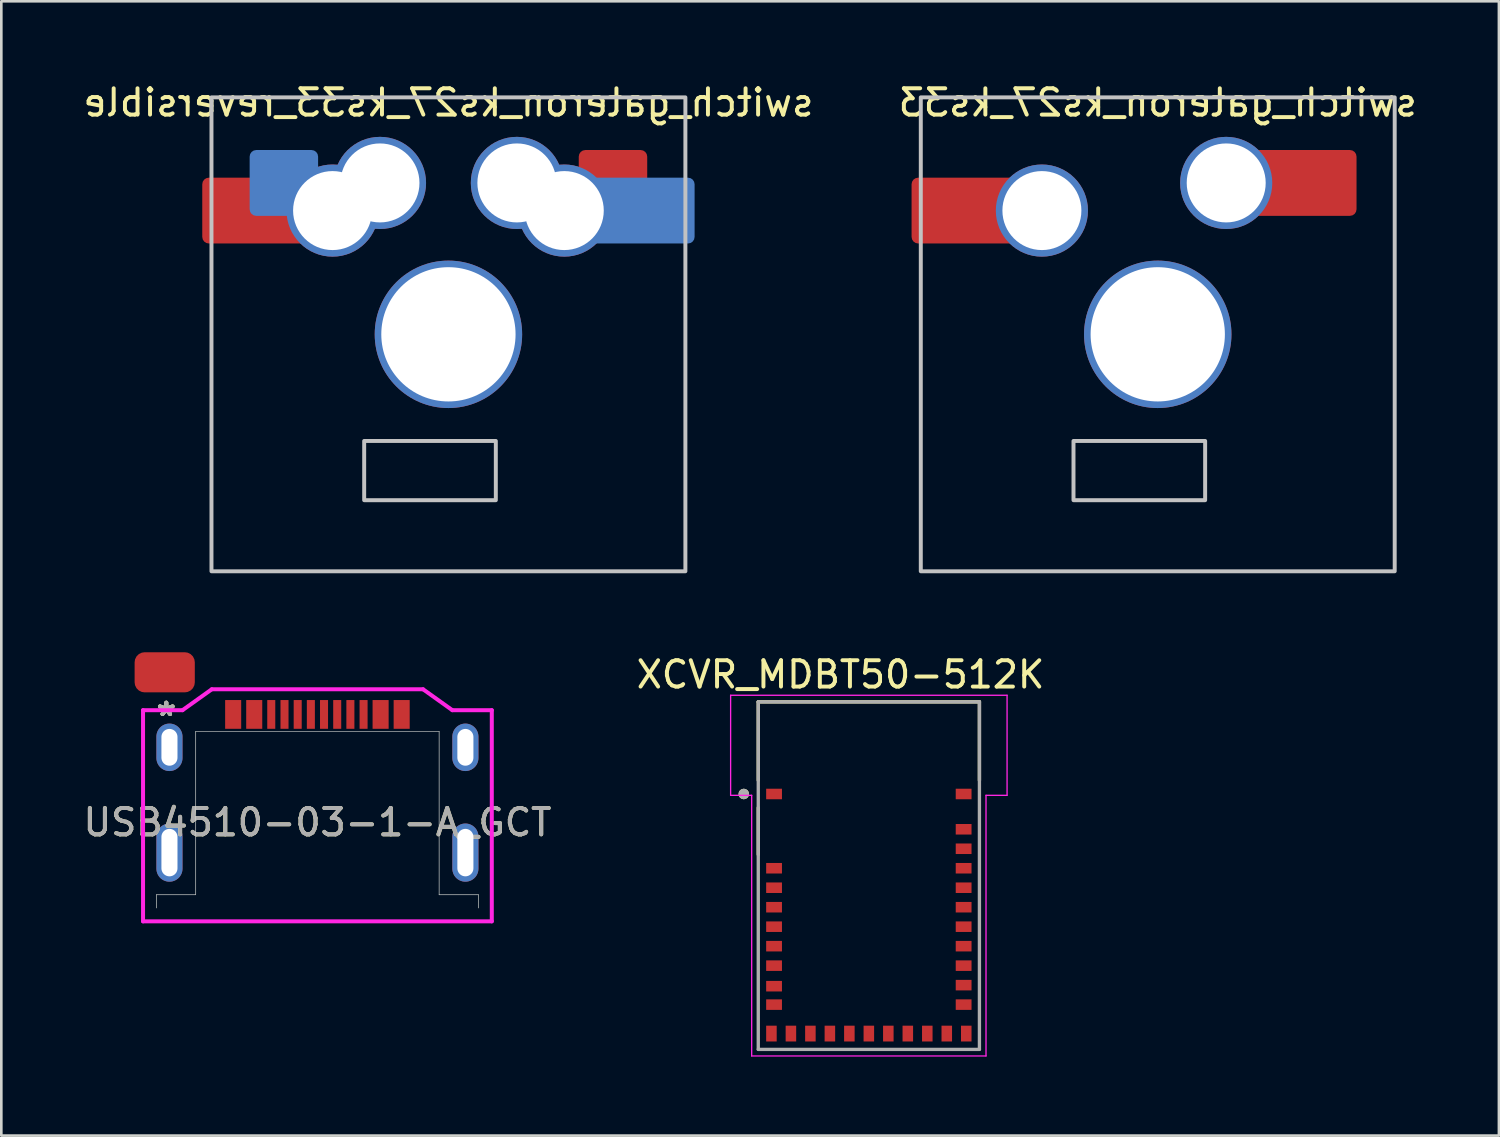
<source format=kicad_pcb>
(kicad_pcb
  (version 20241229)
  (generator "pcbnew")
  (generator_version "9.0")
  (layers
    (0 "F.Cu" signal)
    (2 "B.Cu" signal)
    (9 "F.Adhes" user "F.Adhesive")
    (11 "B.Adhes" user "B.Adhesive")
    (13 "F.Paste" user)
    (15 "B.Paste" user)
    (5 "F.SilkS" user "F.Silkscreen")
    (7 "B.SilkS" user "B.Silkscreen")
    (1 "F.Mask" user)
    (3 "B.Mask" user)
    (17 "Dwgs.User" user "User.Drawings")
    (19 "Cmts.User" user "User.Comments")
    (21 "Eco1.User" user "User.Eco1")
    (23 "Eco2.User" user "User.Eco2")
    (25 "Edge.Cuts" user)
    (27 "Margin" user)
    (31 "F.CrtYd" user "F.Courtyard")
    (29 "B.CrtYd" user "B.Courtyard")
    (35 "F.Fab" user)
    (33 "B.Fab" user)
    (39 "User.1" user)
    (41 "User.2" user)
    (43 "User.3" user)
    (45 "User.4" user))
  (footprint "USB4510-03-1-A_GCT"
    (layer "F.Cu")
    (at 9.006 28.185)
    (property "Reference" "USB4510-03-1-A_GCT" (at 0 0 0) (unlocked yes) (layer "F.SilkS") (effects (font (size 1 1) (thickness 0.15))))
    (attr smd)
    (fp_line (start -6.115 2.748) (end -6.115 3.251) (stroke (width 0.025) (type solid)) (layer "Edge.Cuts"))
    (fp_line (start -4.623 -3.454) (end -4.623 2.748) (stroke (width 0.025) (type solid)) (layer "Edge.Cuts"))
    (fp_line (start -4.623 2.748) (end -6.115 2.748) (stroke (width 0.025) (type solid)) (layer "Edge.Cuts"))
    (fp_line (start 4.623 -3.454) (end -4.623 -3.454) (stroke (width 0.025) (type solid)) (layer "Edge.Cuts"))
    (fp_line (start 4.623 -3.454) (end 4.623 2.748) (stroke (width 0.025) (type solid)) (layer "Edge.Cuts"))
    (fp_line (start 6.115 2.748) (end 4.623 2.748) (stroke (width 0.025) (type solid)) (layer "Edge.Cuts"))
    (fp_line (start 6.115 2.748) (end 6.115 3.251) (stroke (width 0.025) (type solid)) (layer "Edge.Cuts"))
    (fp_line (start -6.623 -4.261) (end -6.623 3.759) (stroke (width 0.152) (type solid)) (layer "F.CrtYd"))
    (fp_line (start -6.623 3.759) (end 6.623 3.759) (stroke (width 0.152) (type solid)) (layer "F.CrtYd"))
    (fp_line (start -5.124 -4.261) (end -6.623 -4.261) (stroke (width 0.152) (type solid)) (layer "F.CrtYd"))
    (fp_line (start -4.013 -5.055) (end -5.124 -4.261) (stroke (width 0.152) (type solid)) (layer "F.CrtYd"))
    (fp_line (start 4.013 -5.055) (end -4.013 -5.055) (stroke (width 0.152) (type solid)) (layer "F.CrtYd"))
    (fp_line (start 5.124 -4.261) (end 4.013 -5.055) (stroke (width 0.152) (type solid)) (layer "F.CrtYd"))
    (fp_line (start 6.623 -4.261) (end 5.124 -4.261) (stroke (width 0.152) (type solid)) (layer "F.CrtYd"))
    (fp_line (start 6.623 3.759) (end 6.623 -4.261) (stroke (width 0.152) (type solid)) (layer "F.CrtYd"))
    (fp_text user "*" (at -5.74 -4 0) (layer "F.SilkS") (effects (font (size 1 1) (thickness 0.15))))
    (fp_text user "*" (at -5.74 -4 0) (unlocked yes) (layer "F.SilkS") (effects (font (size 1 1) (thickness 0.15))))
    (fp_text user "*" (at -5.74 -4 0) (layer "F.Fab") (effects (font (size 1 1) (thickness 0.15))))
    (fp_text user "${REFERENCE}" (at 0 0 0) (unlocked yes) (layer "F.Fab") (effects (font (size 1 1) (thickness 0.15))))
    (fp_text user "*" (at -5.74 -4 0) (unlocked yes) (layer "F.Fab") (effects (font (size 1 1) (thickness 0.15))))
    (pad "1" smd roundrect (at -5.8 -5.7) (size 2.286 1.524) (layers "F.Cu" "F.Mask" "F.Paste") (roundrect_rratio 0.25))
    (pad "A1" smd rect (at -3.2 -4.1) (size 0.61 1.092) (layers "F.Cu" "F.Mask" "F.Paste"))
    (pad "A4" smd rect (at -2.4 -4.1) (size 0.61 1.092) (layers "F.Cu" "F.Mask" "F.Paste"))
    (pad "A5" smd rect (at -1.25 -4.1) (size 0.305 1.092) (layers "F.Cu" "F.Mask" "F.Paste"))
    (pad "A6" smd rect (at -0.249 -4.1) (size 0.305 1.092) (layers "F.Cu" "F.Mask" "F.Paste"))
    (pad "A7" smd rect (at 0.251 -4.1) (size 0.305 1.092) (layers "F.Cu" "F.Mask" "F.Paste"))
    (pad "A8" smd rect (at 1.252 -4.1) (size 0.305 1.092) (layers "F.Cu" "F.Mask" "F.Paste"))
    (pad "B1" smd rect (at 3.2 -4.1) (size 0.61 1.092) (layers "F.Cu" "F.Mask" "F.Paste"))
    (pad "B4" smd rect (at 2.4 -4.1) (size 0.61 1.092) (layers "F.Cu" "F.Mask" "F.Paste"))
    (pad "B5" smd rect (at 1.753 -4.1) (size 0.305 1.092) (layers "F.Cu" "F.Mask" "F.Paste"))
    (pad "B6" smd rect (at 0.752 -4.1) (size 0.305 1.092) (layers "F.Cu" "F.Mask" "F.Paste"))
    (pad "B7" smd rect (at -0.749 -4.1) (size 0.305 1.092) (layers "F.Cu" "F.Mask" "F.Paste"))
    (pad "B8" smd rect (at -1.753 -4.1) (size 0.305 1.092) (layers "F.Cu" "F.Mask" "F.Paste"))
    (pad "S1" thru_hole oval (at -5.62 -2.851) (size 0.991 1.803) (drill oval 0.61 1.397) (layers "*.Cu" "*.Mask"))
    (pad "S1" thru_hole oval (at -5.62 1.148) (size 0.991 2.21) (drill oval 0.61 1.803) (layers "*.Cu" "*.Mask"))
    (pad "S1" thru_hole oval (at 5.62 -2.851) (size 0.991 1.803) (drill oval 0.61 1.397) (layers "*.Cu" "*.Mask"))
    (pad "S1" thru_hole oval (at 5.62 1.148) (size 0.991 2.21) (drill oval 0.61 1.803) (layers "*.Cu" "*.Mask")))
  (footprint "XCVR_MDBT50-512K"
    (layer "F.Cu")
    (at 29.95 30.207)
    (property "Reference" "XCVR_MDBT50-512K" (at -1.075 -7.635 0) (layer "F.SilkS") (effects (font (size 1 1) (thickness 0.15))))
    (attr smd)
    (fp_line (start -4.2 -6.6) (end 4.2 -6.6) (stroke (width 0.127) (type solid)) (layer "F.SilkS"))
    (fp_line (start -4.2 -3.62) (end -4.2 -6.6) (stroke (width 0.127) (type solid)) (layer "F.SilkS"))
    (fp_line (start -4.2 -0.8) (end -4.2 -2.58) (stroke (width 0.127) (type solid)) (layer "F.SilkS"))
    (fp_line (start 4.2 -6.6) (end 4.2 -3.62) (stroke (width 0.127) (type solid)) (layer "F.SilkS"))
    (fp_circle (center -4.75 -3.1) (end -4.65 -3.1) (stroke (width 0.2) (type solid)) (fill no) (layer "F.SilkS"))
    (fp_line (start -5.25 -6.85) (end -5.25 -3.05) (stroke (width 0.05) (type solid)) (layer "F.CrtYd"))
    (fp_line (start -5.25 -3.05) (end -4.45 -3.05) (stroke (width 0.05) (type solid)) (layer "F.CrtYd"))
    (fp_line (start -4.45 -3.05) (end -4.45 6.85) (stroke (width 0.05) (type solid)) (layer "F.CrtYd"))
    (fp_line (start -4.45 6.85) (end 4.45 6.85) (stroke (width 0.05) (type solid)) (layer "F.CrtYd"))
    (fp_line (start 4.45 6.85) (end 4.45 -3.05) (stroke (width 0.05) (type solid)) (layer "F.CrtYd"))
    (fp_line (start 5.25 -6.85) (end -5.25 -6.85) (stroke (width 0.05) (type solid)) (layer "F.CrtYd"))
    (fp_line (start 5.25 -6.85) (end 5.25 -3.05) (stroke (width 0.05) (type solid)) (layer "F.CrtYd"))
    (fp_line (start 5.25 -3.05) (end 4.45 -3.05) (stroke (width 0.05) (type solid)) (layer "F.CrtYd"))
    (fp_line (start -4.2 -6.6) (end 4.2 -6.6) (stroke (width 0.127) (type solid)) (layer "F.Fab"))
    (fp_line (start -4.2 6.6) (end -4.2 -6.6) (stroke (width 0.127) (type solid)) (layer "F.Fab"))
    (fp_line (start 4.2 -6.6) (end 4.2 6.6) (stroke (width 0.127) (type solid)) (layer "F.Fab"))
    (fp_line (start 4.2 6.6) (end -4.2 6.6) (stroke (width 0.127) (type solid)) (layer "F.Fab"))
    (fp_circle (center -4.75 -3.1) (end -4.65 -3.1) (stroke (width 0.2) (type solid)) (fill no) (layer "F.Fab"))
    (pad "1" smd rect (at -3.6 -3.1) (size 0.6 0.4) (layers "F.Cu" "F.Mask" "F.Paste"))
    (pad "2" smd rect (at -3.6 -0.28) (size 0.6 0.4) (layers "F.Cu" "F.Mask" "F.Paste"))
    (pad "3" smd rect (at -3.6 0.46) (size 0.6 0.4) (layers "F.Cu" "F.Mask" "F.Paste"))
    (pad "4" smd rect (at -3.6 1.2) (size 0.6 0.4) (layers "F.Cu" "F.Mask" "F.Paste"))
    (pad "5" smd rect (at -3.6 1.94) (size 0.6 0.4) (layers "F.Cu" "F.Mask" "F.Paste"))
    (pad "6" smd rect (at -3.6 2.68) (size 0.6 0.4) (layers "F.Cu" "F.Mask" "F.Paste"))
    (pad "7" smd rect (at -3.6 3.42) (size 0.6 0.4) (layers "F.Cu" "F.Mask" "F.Paste"))
    (pad "8" smd rect (at -3.6 4.2) (size 0.6 0.4) (layers "F.Cu" "F.Mask" "F.Paste"))
    (pad "9" smd rect (at -3.6 4.9) (size 0.6 0.4) (layers "F.Cu" "F.Mask" "F.Paste"))
    (pad "10" smd rect (at -3.7 6) (size 0.4 0.6) (layers "F.Cu" "F.Mask" "F.Paste"))
    (pad "11" smd rect (at -2.96 6) (size 0.4 0.6) (layers "F.Cu" "F.Mask" "F.Paste"))
    (pad "12" smd rect (at -2.22 6) (size 0.4 0.6) (layers "F.Cu" "F.Mask" "F.Paste"))
    (pad "13" smd rect (at -1.48 6) (size 0.4 0.6) (layers "F.Cu" "F.Mask" "F.Paste"))
    (pad "14" smd rect (at -0.74 6) (size 0.4 0.6) (layers "F.Cu" "F.Mask" "F.Paste"))
    (pad "15" smd rect (at 0 6) (size 0.4 0.6) (layers "F.Cu" "F.Mask" "F.Paste"))
    (pad "16" smd rect (at 0.74 6) (size 0.4 0.6) (layers "F.Cu" "F.Mask" "F.Paste"))
    (pad "17" smd rect (at 1.48 6) (size 0.4 0.6) (layers "F.Cu" "F.Mask" "F.Paste"))
    (pad "18" smd rect (at 2.22 6) (size 0.4 0.6) (layers "F.Cu" "F.Mask" "F.Paste"))
    (pad "19" smd rect (at 2.96 6) (size 0.4 0.6) (layers "F.Cu" "F.Mask" "F.Paste"))
    (pad "20" smd rect (at 3.7 6) (size 0.4 0.6) (layers "F.Cu" "F.Mask" "F.Paste"))
    (pad "21" smd rect (at 3.6 4.9) (size 0.6 0.4) (layers "F.Cu" "F.Mask" "F.Paste"))
    (pad "22" smd rect (at 3.6 4.16) (size 0.6 0.4) (layers "F.Cu" "F.Mask" "F.Paste"))
    (pad "23" smd rect (at 3.6 3.42) (size 0.6 0.4) (layers "F.Cu" "F.Mask" "F.Paste"))
    (pad "24" smd rect (at 3.6 2.68) (size 0.6 0.4) (layers "F.Cu" "F.Mask" "F.Paste"))
    (pad "25" smd rect (at 3.6 1.94) (size 0.6 0.4) (layers "F.Cu" "F.Mask" "F.Paste"))
    (pad "26" smd rect (at 3.6 1.2) (size 0.6 0.4) (layers "F.Cu" "F.Mask" "F.Paste"))
    (pad "27" smd rect (at 3.6 0.46) (size 0.6 0.4) (layers "F.Cu" "F.Mask" "F.Paste"))
    (pad "28" smd rect (at 3.6 -0.28) (size 0.6 0.4) (layers "F.Cu" "F.Mask" "F.Paste"))
    (pad "29" smd rect (at 3.6 -1.02) (size 0.6 0.4) (layers "F.Cu" "F.Mask" "F.Paste"))
    (pad "30" smd rect (at 3.6 -1.76) (size 0.6 0.4) (layers "F.Cu" "F.Mask" "F.Paste"))
    (pad "31" smd rect (at 3.6 -3.1) (size 0.6 0.4) (layers "F.Cu" "F.Mask" "F.Paste"))
    (zone (net_name "") (layer "F.Cu") (hatch full 0.508) (connect_pads) (min_thickness 0.01) (filled_areas_thickness no) (keepout (tracks not_allowed) (vias not_allowed) (pads not_allowed) (copperpour not_allowed) (footprints allowed)) (placement (enabled no)) (fill) (polygon (pts (xy 24.95 23.607) (xy 34.95 23.607) (xy 34.95 26.907) (xy 32.6 26.907) (xy 32.6 28.457) (xy 30.7 28.457) (xy 30.7 26.907) (xy 24.95 26.907))))
    (zone (net_name "") (layers "F.Cu" "B.Cu") (hatch full 0.508) (connect_pads) (min_thickness 0.01) (filled_areas_thickness no) (keepout (tracks allowed) (vias not_allowed) (pads allowed) (copperpour allowed) (footprints allowed)) (placement (enabled no)) (fill) (polygon (pts (xy 24.95 23.607) (xy 34.95 23.607) (xy 34.95 26.907) (xy 32.6 26.907) (xy 32.6 28.457) (xy 30.7 28.457) (xy 30.7 26.907) (xy 24.95 26.907))))
    (zone (net_name "") (layer "B.Cu") (hatch full 0.508) (connect_pads) (min_thickness 0.01) (filled_areas_thickness no) (keepout (tracks not_allowed) (vias not_allowed) (pads not_allowed) (copperpour not_allowed) (footprints allowed)) (placement (enabled no)) (fill) (polygon (pts (xy 24.95 23.607) (xy 34.95 23.607) (xy 34.95 26.907) (xy 24.95 26.907)))))
  (footprint "switch_gateron_ks27_ks33_reversible"
    (layer "F.Cu")
    (at 13.982 9.648)
    (property "Reference" "switch_gateron_ks27_ks33_reversible" (at 0 -8.8 180) (layer "F.SilkS") (effects (font (size 1 1) (thickness 0.15)) (justify mirror)))
    (attr exclude_from_pos_files exclude_from_bom allow_soldermask_bridges)
    (fp_poly (pts (xy -3.2 6.3) (xy 1.8 6.3) (xy 1.8 4.05) (xy -3.2 4.05)) (stroke (width 0.15) (type solid)) (fill no) (layer "Dwgs.User"))
    (fp_poly (pts (xy 9 -9) (xy -9 -9) (xy -9 9) (xy 9 9)) (stroke (width 0.15) (type solid)) (fill no) (layer "Dwgs.User"))
    (pad "" smd roundrect (at -8.05 -4.7) (size 2.6 2.5) (layers "F.Mask" "F.Paste") (roundrect_rratio 0.1))
    (pad "" thru_hole circle (at -2.6 -5.75) (size 3.5 3.5) (drill 3) (layers "*.Cu" "*.Mask"))
    (pad "" thru_hole circle (at 0 0) (size 5.6 5.6) (drill 5.1) (layers "*.Cu" "*.Mask"))
    (pad "" thru_hole circle (at 2.6 -5.75) (size 3.5 3.5) (drill 3) (layers "*.Cu" "*.Mask"))
    (pad "" smd roundrect (at 8.05 -4.7) (size 2.6 2.5) (layers "B.Mask" "B.Paste") (roundrect_rratio 0.1))
    (pad "1" smd roundrect (at -7.35 -4.7) (size 4 2.5) (layers "F.Cu") (roundrect_rratio 0.1))
    (pad "1" smd roundrect (at -6.25 -5.75) (size 2.6 2.5) (layers "B.Cu" "B.Mask" "B.Paste") (roundrect_rratio 0.1))
    (pad "1" thru_hole circle (at -4.4 -4.7) (size 3.5 3.5) (drill 3) (layers "*.Cu" "*.Mask"))
    (pad "2" thru_hole circle (at 4.4 -4.7) (size 3.5 3.5) (drill 3) (layers "*.Cu" "*.Mask"))
    (pad "2" smd roundrect (at 6.25 -5.75) (size 2.6 2.5) (layers "F.Cu" "F.Mask" "F.Paste") (roundrect_rratio 0.1))
    (pad "2" smd roundrect (at 7.35 -4.7) (size 4 2.5) (layers "B.Cu") (roundrect_rratio 0.1)))
  (footprint "switch_gateron_ks27_ks33"
    (layer "F.Cu")
    (at 40.923 9.648)
    (property "Reference" "switch_gateron_ks27_ks33" (at 0 -8.8 0) (layer "F.SilkS") (effects (font (size 1 1) (thickness 0.15)) (justify mirror)))
    (attr exclude_from_pos_files allow_soldermask_bridges)
    (fp_poly (pts (xy -3.2 6.3) (xy 1.8 6.3) (xy 1.8 4.05) (xy -3.2 4.05)) (stroke (width 0.15) (type solid)) (fill no) (layer "Dwgs.User"))
    (fp_poly (pts (xy 9 -9) (xy -9 -9) (xy -9 9) (xy 9 9)) (stroke (width 0.15) (type solid)) (fill no) (layer "Dwgs.User"))
    (pad "" smd roundrect (at -8.05 -4.7) (size 2.6 2.5) (layers "F.Mask" "F.Paste") (roundrect_rratio 0.1))
    (pad "" thru_hole circle (at 0 0) (size 5.6 5.6) (drill 5.1) (layers "*.Cu" "*.Mask"))
    (pad "" smd roundrect (at 6.25 -5.75) (size 2.6 2.5) (layers "F.Mask" "F.Paste") (roundrect_rratio 0.1))
    (pad "1" smd roundrect (at -7.35 -4.7) (size 4 2.5) (layers "F.Cu") (roundrect_rratio 0.1))
    (pad "1" thru_hole circle (at -4.4 -4.7) (size 3.5 3.5) (drill 3) (layers "*.Cu" "*.Mask"))
    (pad "2" thru_hole circle (at 2.6 -5.75) (size 3.5 3.5) (drill 3) (layers "*.Cu" "*.Mask"))
    (pad "2" smd roundrect (at 5.55 -5.75) (size 4 2.5) (layers "F.Cu") (roundrect_rratio 0.1)))
  (gr_rect
    (start -3 -3)
    (end 53.881 40.082)
    (stroke (width 0.1) (type default))
    (fill no)
    (layer "Edge.Cuts")))
</source>
